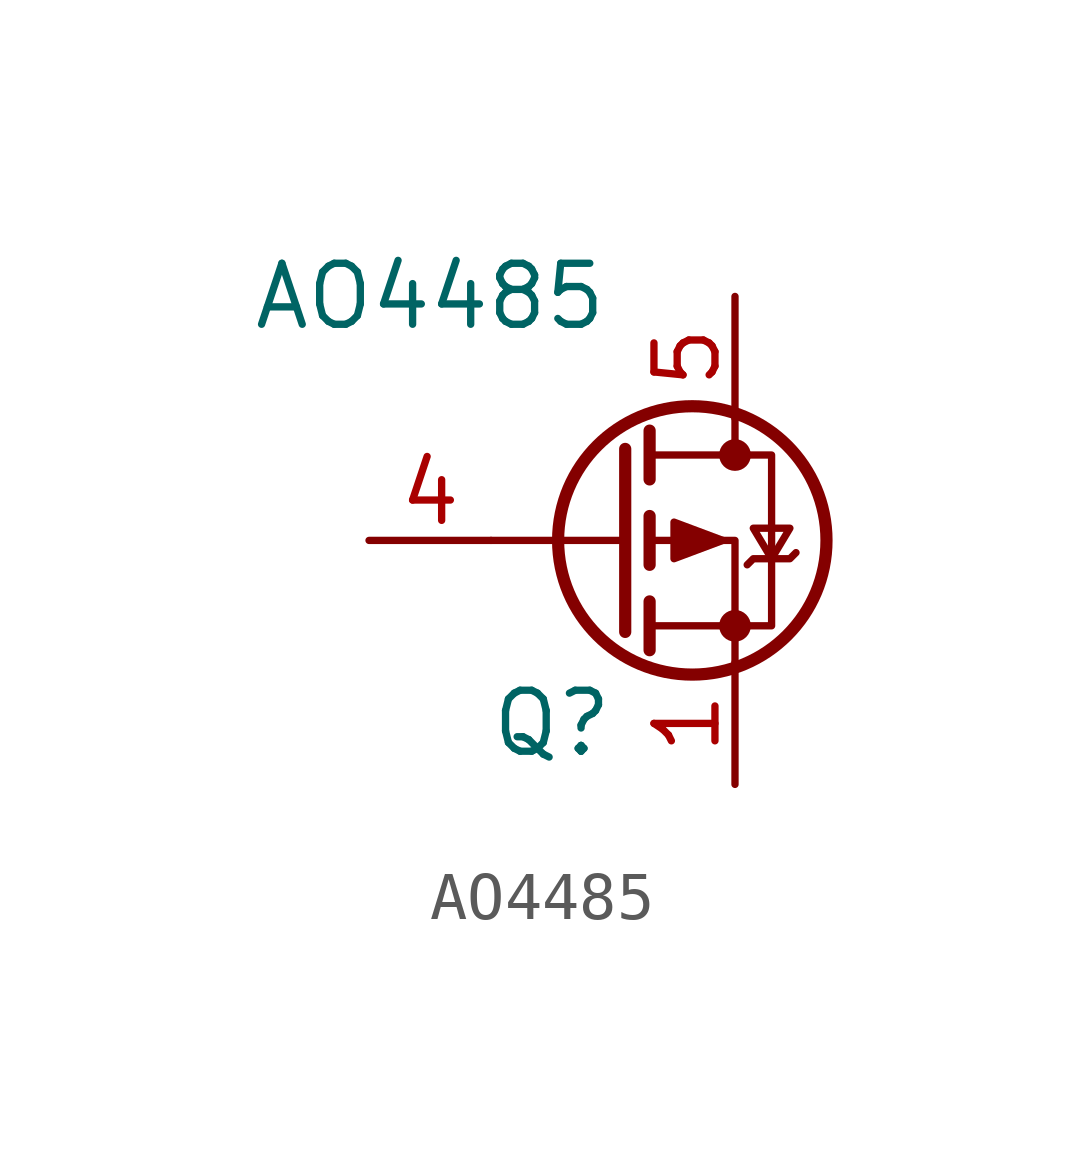
<source format=kicad_sym>
(kicad_symbol_lib
  (version 20220914)
  (generator kicad_symbol_editor)
  (symbol "AO4485"
    (property "Reference" "Q"
      (at -3.81 -3.81 0)
      (effects (font (size 1.27 1.27))))
    (property "Value" "AO4485"
      (at -6.35 5.08 0)
      (effects (font (size 1.27 1.27))))
    (symbol "AO4485_0_1"
      (circle (center -0.889 0) (radius 2.794) (stroke (width 0.254) (type default)) (fill (type none)))
      (circle (center 0 -1.778) (radius 0.254) (stroke (width 0) (type default)) (fill (type outline)))
      (polyline (pts (xy -2.286 0) (xy -5.08 0)) (stroke (width 0) (type default)) (fill (type none)))
      (polyline (pts (xy -2.286 1.905) (xy -2.286 -1.905)) (stroke (width 0.254) (type default)) (fill (type none)))
      (polyline (pts (xy -1.778 -1.27) (xy -1.778 -2.286)) (stroke (width 0.254) (type default)) (fill (type none)))
      (polyline (pts (xy -1.778 0.508) (xy -1.778 -0.508)) (stroke (width 0.254) (type default)) (fill (type none)))
      (polyline (pts (xy -1.778 2.286) (xy -1.778 1.27)) (stroke (width 0.254) (type default)) (fill (type none)))
      (polyline (pts (xy 0 2.54) (xy 0 1.778)) (stroke (width 0) (type default)) (fill (type none)))
      (polyline (pts (xy 0 -2.54) (xy 0 0) (xy -1.778 0)) (stroke (width 0) (type default)) (fill (type none)))
      (polyline (pts (xy -1.778 1.778) (xy 0.762 1.778) (xy 0.762 -1.778) (xy -1.778 -1.778)) (stroke (width 0) (type default)) (fill (type none)))
      (polyline (pts (xy -0.254 0) (xy -1.27 0.381) (xy -1.27 -0.381) (xy -0.254 0)) (stroke (width 0) (type default)) (fill (type outline)))
      (polyline (pts (xy 0.254 -0.508) (xy 0.381 -0.381) (xy 1.143 -0.381) (xy 1.27 -0.254)) (stroke (width 0) (type default)) (fill (type none)))
      (polyline (pts (xy 0.762 -0.381) (xy 0.381 0.254) (xy 1.143 0.254) (xy 0.762 -0.381)) (stroke (width 0) (type default)) (fill (type none)))
      (circle (center 0 1.778) (radius 0.254) (stroke (width 0) (type default)) (fill (type outline))))
    (symbol "AO4485_1_1"
      (pin passive line (at 0 -5.08 90) (length 2.54) (name "" (effects (font (size 1.27 1.27)))) (number "1" (effects (font (size 1.27 1.27)))))
      (pin passive line (at 0 -5.08 90) (length 2.54) hide (name "S" (effects (font (size 1.27 1.27)))) (number "2" (effects (font (size 1.27 1.27)))))
      (pin passive line (at 0 -5.08 90) (length 2.54) hide (name "S" (effects (font (size 1.27 1.27)))) (number "3" (effects (font (size 1.27 1.27)))))
      (pin input line (at -7.62 0 0) (length 2.54) (name "" (effects (font (size 1.27 1.27)))) (number "4" (effects (font (size 1.27 1.27)))))
      (pin passive line (at 0 5.08 270) (length 2.54) (name "" (effects (font (size 1.27 1.27)))) (number "5" (effects (font (size 1.27 1.27)))))
      (pin passive line (at 0 5.08 270) (length 2.54) hide (name "D" (effects (font (size 1.27 1.27)))) (number "6" (effects (font (size 1.27 1.27)))))
      (pin passive line (at 0 5.08 270) (length 2.54) hide (name "D" (effects (font (size 1.27 1.27)))) (number "7" (effects (font (size 1.27 1.27)))))
      (pin passive line (at 0 5.08 270) (length 2.54) hide (name "D" (effects (font (size 1.27 1.27)))) (number "8" (effects (font (size 1.27 1.27))))))))
</source>
